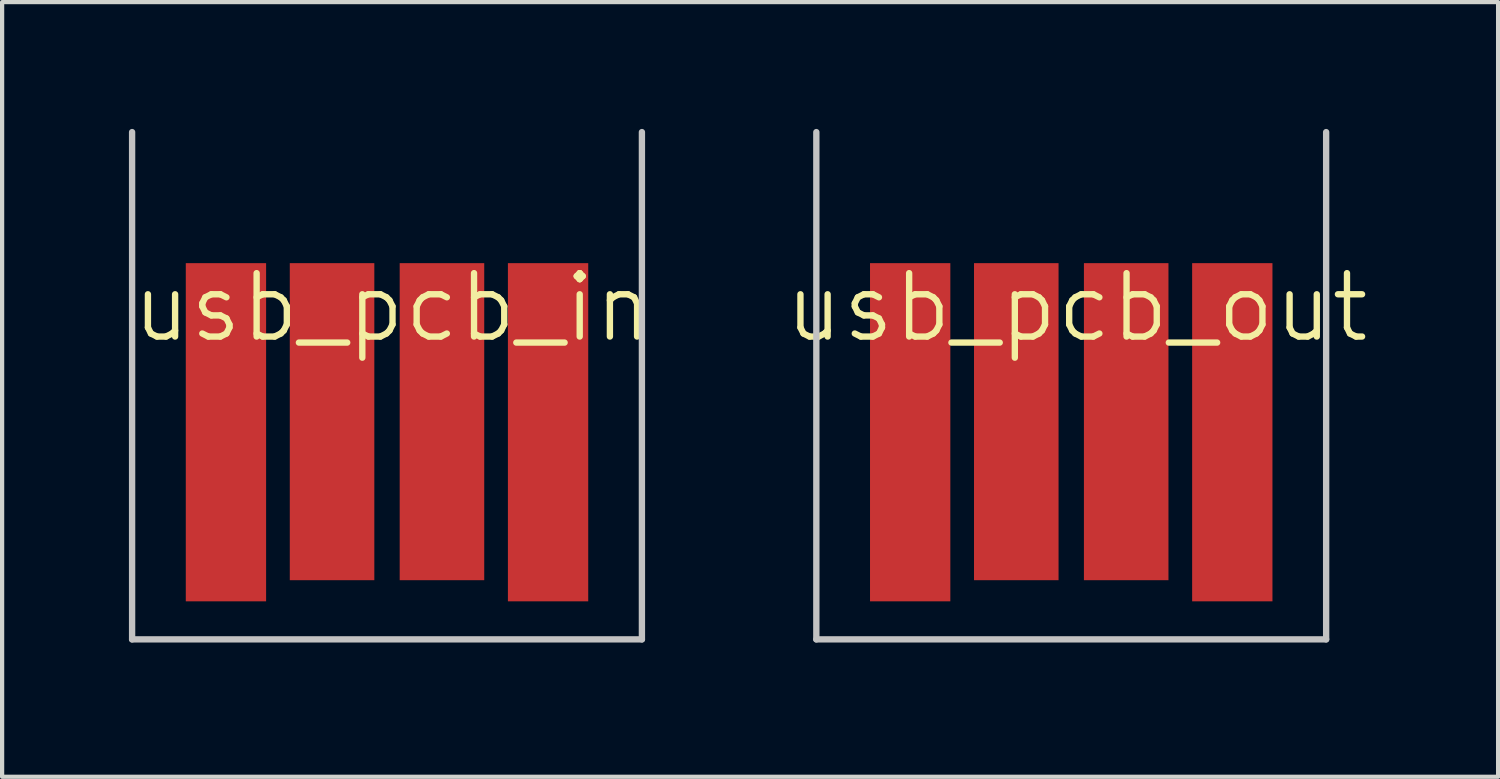
<source format=kicad_pcb>
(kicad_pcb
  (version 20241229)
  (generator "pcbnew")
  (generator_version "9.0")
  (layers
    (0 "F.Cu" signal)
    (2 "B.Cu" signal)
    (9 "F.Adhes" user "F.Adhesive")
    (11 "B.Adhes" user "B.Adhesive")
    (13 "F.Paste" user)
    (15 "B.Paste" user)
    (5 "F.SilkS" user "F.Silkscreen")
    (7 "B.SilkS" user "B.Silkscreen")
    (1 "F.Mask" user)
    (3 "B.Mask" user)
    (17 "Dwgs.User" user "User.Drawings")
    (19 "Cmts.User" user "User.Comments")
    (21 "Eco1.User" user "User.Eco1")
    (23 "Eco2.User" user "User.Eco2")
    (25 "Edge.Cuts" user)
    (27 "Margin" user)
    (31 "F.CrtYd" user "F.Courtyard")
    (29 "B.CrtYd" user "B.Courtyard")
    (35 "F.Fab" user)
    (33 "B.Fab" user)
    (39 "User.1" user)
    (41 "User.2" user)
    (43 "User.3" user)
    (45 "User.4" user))
  (footprint "usb_pcb_in"
    (layer "F.Cu")
    (at 6.105 12.075)
    (property "Reference" "usb_pcb_in" (at 0.13 -7.85 0) (layer "F.SilkS") (effects (font (size 1.5 1.5) (thickness 0.15))))
    (attr exclude_from_pos_files exclude_from_bom)
    (fp_line (start -6.03 0) (end -6.03 -12) (stroke (width 0.15) (type solid)) (layer "Dwgs.User"))
    (fp_line (start 6.03 0) (end -6.03 0) (stroke (width 0.15) (type solid)) (layer "Dwgs.User"))
    (fp_line (start 6.03 0) (end 6.03 -12) (stroke (width 0.15) (type solid)) (layer "Dwgs.User"))
    (pad "1" connect rect (at 3.81 -4.9) (size 1.9 8) (layers "F.Cu" "F.Mask"))
    (pad "2" connect rect (at 1.3 -5.15) (size 2 7.5) (layers "F.Cu" "F.Mask"))
    (pad "3" connect rect (at -1.3 -5.15) (size 2 7.5) (layers "F.Cu" "F.Mask"))
    (pad "4" connect rect (at -3.81 -4.9) (size 1.9 8) (layers "F.Cu" "F.Mask")))
  (footprint "usb_pcb_out"
    (layer "F.Cu")
    (at 22.291 12.075)
    (property "Reference" "usb_pcb_out" (at 0.13 -7.85 0) (layer "F.SilkS") (effects (font (size 1.5 1.5) (thickness 0.15))))
    (attr exclude_from_pos_files exclude_from_bom)
    (fp_line (start -6.03 0) (end -6.03 -12) (stroke (width 0.15) (type solid)) (layer "Dwgs.User"))
    (fp_line (start 6.03 0) (end -6.03 0) (stroke (width 0.15) (type solid)) (layer "Dwgs.User"))
    (fp_line (start 6.03 0) (end 6.03 -12) (stroke (width 0.15) (type solid)) (layer "Dwgs.User"))
    (pad "1" connect rect (at -3.81 -4.9) (size 1.9 8) (layers "F.Cu" "F.Mask"))
    (pad "2" connect rect (at -1.3 -5.15) (size 2 7.5) (layers "F.Cu" "F.Mask"))
    (pad "3" connect rect (at 1.3 -5.15) (size 2 7.5) (layers "F.Cu" "F.Mask"))
    (pad "4" connect rect (at 3.81 -4.9) (size 1.9 8) (layers "F.Cu" "F.Mask")))
  (gr_rect
    (start -3 -3)
    (end 32.389 15.325)
    (stroke (width 0.1) (type default))
    (fill no)
    (layer "Edge.Cuts")))
</source>
